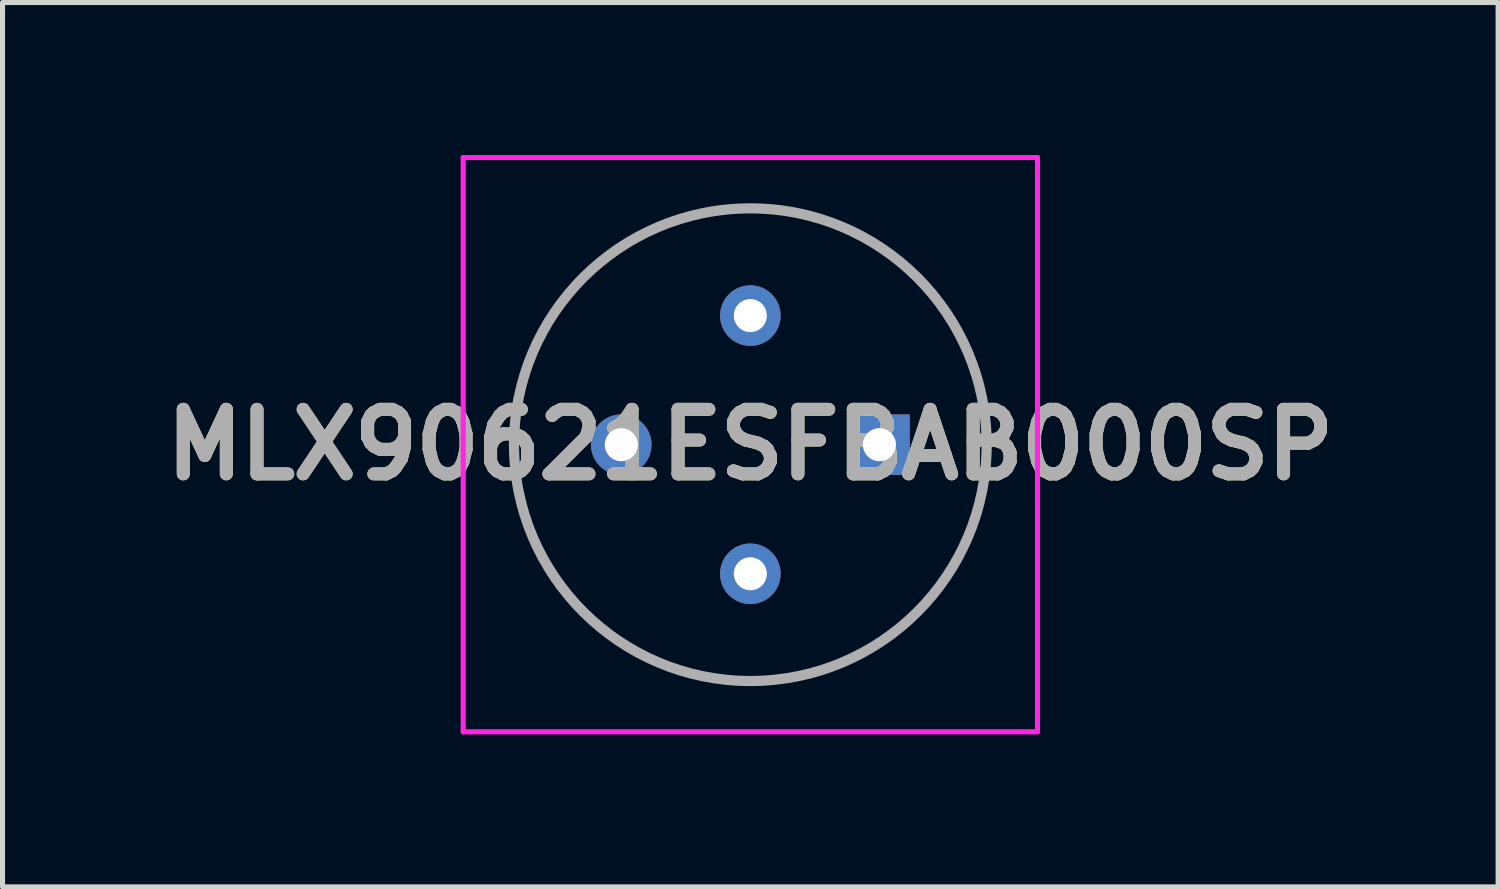
<source format=kicad_pcb>
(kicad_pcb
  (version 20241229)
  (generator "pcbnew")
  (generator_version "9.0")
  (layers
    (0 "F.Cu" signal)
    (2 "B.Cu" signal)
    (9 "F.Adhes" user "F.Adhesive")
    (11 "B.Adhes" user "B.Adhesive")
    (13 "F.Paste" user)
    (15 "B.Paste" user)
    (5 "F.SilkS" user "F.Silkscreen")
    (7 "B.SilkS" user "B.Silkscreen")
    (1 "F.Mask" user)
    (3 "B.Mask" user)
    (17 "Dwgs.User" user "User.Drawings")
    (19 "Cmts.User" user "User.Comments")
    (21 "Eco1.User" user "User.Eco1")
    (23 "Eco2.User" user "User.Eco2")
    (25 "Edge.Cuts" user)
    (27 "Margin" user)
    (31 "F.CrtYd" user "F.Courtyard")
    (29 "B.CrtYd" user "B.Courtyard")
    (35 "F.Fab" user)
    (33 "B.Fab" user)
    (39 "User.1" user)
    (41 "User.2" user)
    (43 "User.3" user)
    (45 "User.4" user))
  (footprint "MLX90621ESFBAB000SP"
    (layer "F.Cu")
    (at 14.254 5.7)
    (property "Reference" "MLX90621ESFBAB000SP" (at -2.54 0 0) (layer "F.SilkS") (effects (font (size 1.27 1.27) (thickness 0.254))))
    (attr through_hole)
    (fp_line (start -7.19 0) (end -7.19 0) (stroke (width 0.1) (type solid)) (layer "F.SilkS"))
    (fp_line (start 2.11 0) (end 2.11 0) (stroke (width 0.1) (type solid)) (layer "F.SilkS"))
    (fp_arc (start -7.19 0) (mid -2.54 -4.65) (end 2.11 0) (stroke (width 0.1) (type solid)) (layer "F.SilkS"))
    (fp_arc (start 2.11 0) (mid -2.54 4.65) (end -7.19 0) (stroke (width 0.1) (type solid)) (layer "F.SilkS"))
    (fp_line (start -8.19 -5.65) (end 3.11 -5.65) (stroke (width 0.1) (type solid)) (layer "F.CrtYd"))
    (fp_line (start -8.19 5.65) (end -8.19 -5.65) (stroke (width 0.1) (type solid)) (layer "F.CrtYd"))
    (fp_line (start 3.11 -5.65) (end 3.11 5.65) (stroke (width 0.1) (type solid)) (layer "F.CrtYd"))
    (fp_line (start 3.11 5.65) (end -8.19 5.65) (stroke (width 0.1) (type solid)) (layer "F.CrtYd"))
    (fp_line (start -7.19 0) (end -7.19 0) (stroke (width 0.2) (type solid)) (layer "F.Fab"))
    (fp_line (start 2.11 0) (end 2.11 0) (stroke (width 0.2) (type solid)) (layer "F.Fab"))
    (fp_arc (start -7.19 0) (mid -2.54 -4.65) (end 2.11 0) (stroke (width 0.2) (type solid)) (layer "F.Fab"))
    (fp_arc (start 2.11 0) (mid -2.54 4.65) (end -7.19 0) (stroke (width 0.2) (type solid)) (layer "F.Fab"))
    (fp_text user "${REFERENCE}" (at -2.54 0 0) (layer "F.Fab") (effects (font (size 1.27 1.27) (thickness 0.254))))
    (pad "1" thru_hole rect (at 0 0) (size 1.192 1.192) (drill 0.65) (layers "*.Cu" "*.Mask"))
    (pad "2" thru_hole circle (at -2.54 -2.54) (size 1.192 1.192) (drill 0.65) (layers "*.Cu" "*.Mask"))
    (pad "3" thru_hole circle (at -5.08 0) (size 1.192 1.192) (drill 0.65) (layers "*.Cu" "*.Mask"))
    (pad "4" thru_hole circle (at -2.54 2.54) (size 1.192 1.192) (drill 0.65) (layers "*.Cu" "*.Mask")))
  (gr_rect
    (start -3 -3)
    (end 26.428 14.4)
    (stroke (width 0.1) (type default))
    (fill no)
    (layer "Edge.Cuts")))
</source>
